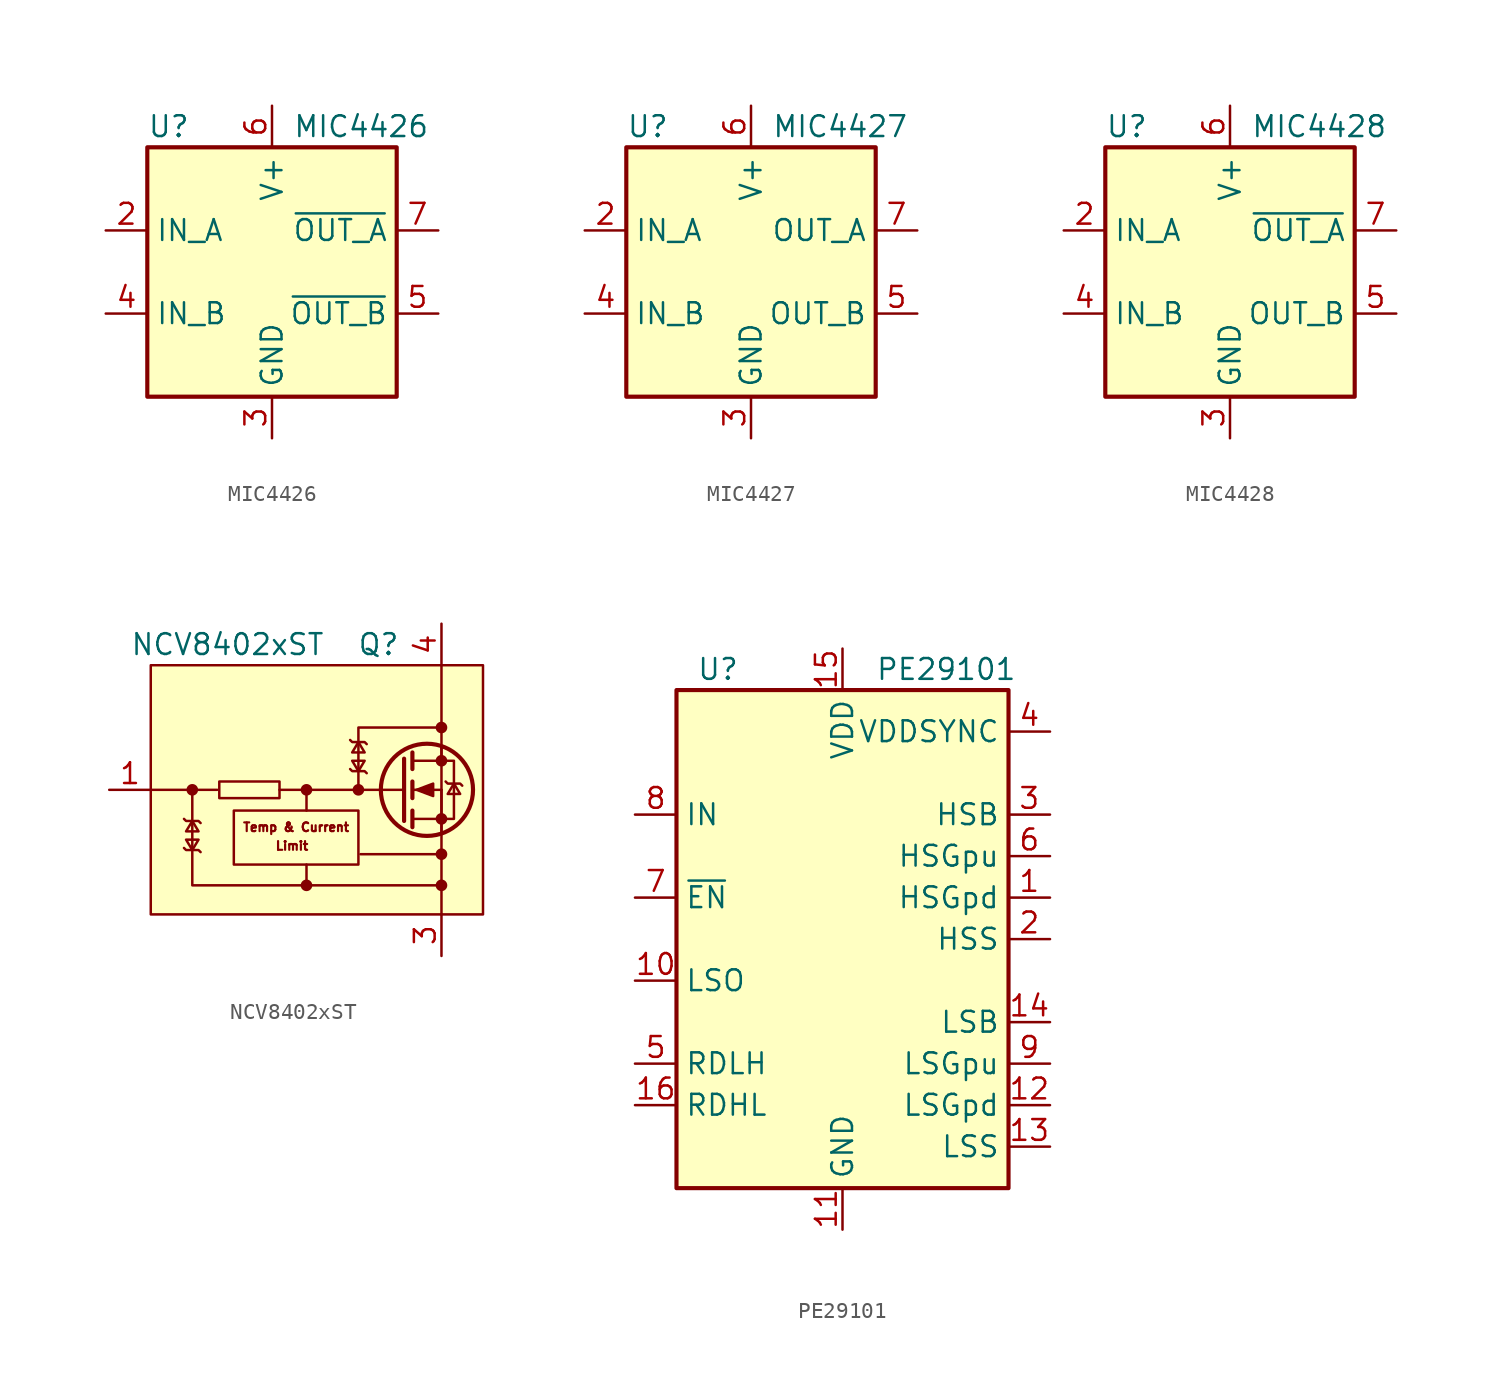
<source format=kicad_sym>
(kicad_symbol_lib
  (version 20211014)
  (generator kicad_symbol_editor)
  (symbol "MIC4426"
    (property "Reference" "U"
      (at -7.62 8.89 0)
      (effects (font (size 1.27 1.27)) (justify left)))
    (property "Value" "MIC4426"
      (at 1.27 8.89 0)
      (effects (font (size 1.27 1.27)) (justify left)))
    (symbol "MIC4426_0_1"
      (rectangle (start -7.62 -7.62) (end 7.62 7.62) (stroke (width 0.254) (type default) (color 0 0 0 0)) (fill (type background))))
    (symbol "MIC4426_1_1"
      (pin no_connect line (at -7.62 0 0) (length 2.54) hide (name "NC" (effects (font (size 1.27 1.27)))) (number "1" (effects (font (size 1.27 1.27)))))
      (pin input line (at -10.16 2.54 0) (length 2.54) (name "IN_A" (effects (font (size 1.27 1.27)))) (number "2" (effects (font (size 1.27 1.27)))))
      (pin power_in line (at 0 -10.16 90) (length 2.54) (name "GND" (effects (font (size 1.27 1.27)))) (number "3" (effects (font (size 1.27 1.27)))))
      (pin input line (at -10.16 -2.54 0) (length 2.54) (name "IN_B" (effects (font (size 1.27 1.27)))) (number "4" (effects (font (size 1.27 1.27)))))
      (pin output line (at 10.16 -2.54 180) (length 2.54) (name "~{OUT_B}" (effects (font (size 1.27 1.27)))) (number "5" (effects (font (size 1.27 1.27)))))
      (pin power_in line (at 0 10.16 270) (length 2.54) (name "V+" (effects (font (size 1.27 1.27)))) (number "6" (effects (font (size 1.27 1.27)))))
      (pin output line (at 10.16 2.54 180) (length 2.54) (name "~{OUT_A}" (effects (font (size 1.27 1.27)))) (number "7" (effects (font (size 1.27 1.27)))))
      (pin no_connect line (at 7.62 0 180) (length 2.54) hide (name "NC" (effects (font (size 1.27 1.27)))) (number "8" (effects (font (size 1.27 1.27)))))))
  (symbol "MIC4427"
    (property "Reference" "U"
      (at -7.62 8.89 0)
      (effects (font (size 1.27 1.27)) (justify left)))
    (property "Value" "MIC4427"
      (at 1.27 8.89 0)
      (effects (font (size 1.27 1.27)) (justify left)))
    (symbol "MIC4427_0_1"
      (rectangle (start -7.62 -7.62) (end 7.62 7.62) (stroke (width 0.254) (type default) (color 0 0 0 0)) (fill (type background))))
    (symbol "MIC4427_1_1"
      (pin no_connect line (at -7.62 0 0) (length 2.54) hide (name "NC" (effects (font (size 1.27 1.27)))) (number "1" (effects (font (size 1.27 1.27)))))
      (pin input line (at -10.16 2.54 0) (length 2.54) (name "IN_A" (effects (font (size 1.27 1.27)))) (number "2" (effects (font (size 1.27 1.27)))))
      (pin power_in line (at 0 -10.16 90) (length 2.54) (name "GND" (effects (font (size 1.27 1.27)))) (number "3" (effects (font (size 1.27 1.27)))))
      (pin input line (at -10.16 -2.54 0) (length 2.54) (name "IN_B" (effects (font (size 1.27 1.27)))) (number "4" (effects (font (size 1.27 1.27)))))
      (pin output line (at 10.16 -2.54 180) (length 2.54) (name "OUT_B" (effects (font (size 1.27 1.27)))) (number "5" (effects (font (size 1.27 1.27)))))
      (pin power_in line (at 0 10.16 270) (length 2.54) (name "V+" (effects (font (size 1.27 1.27)))) (number "6" (effects (font (size 1.27 1.27)))))
      (pin output line (at 10.16 2.54 180) (length 2.54) (name "OUT_A" (effects (font (size 1.27 1.27)))) (number "7" (effects (font (size 1.27 1.27)))))
      (pin no_connect line (at 7.62 0 180) (length 2.54) hide (name "NC" (effects (font (size 1.27 1.27)))) (number "8" (effects (font (size 1.27 1.27)))))))
  (symbol "MIC4428"
    (property "Reference" "U"
      (at -7.62 8.89 0)
      (effects (font (size 1.27 1.27)) (justify left)))
    (property "Value" "MIC4428"
      (at 1.27 8.89 0)
      (effects (font (size 1.27 1.27)) (justify left)))
    (symbol "MIC4428_0_1"
      (rectangle (start -7.62 -7.62) (end 7.62 7.62) (stroke (width 0.254) (type default) (color 0 0 0 0)) (fill (type background))))
    (symbol "MIC4428_1_1"
      (pin no_connect line (at -7.62 0 0) (length 2.54) hide (name "NC" (effects (font (size 1.27 1.27)))) (number "1" (effects (font (size 1.27 1.27)))))
      (pin input line (at -10.16 2.54 0) (length 2.54) (name "IN_A" (effects (font (size 1.27 1.27)))) (number "2" (effects (font (size 1.27 1.27)))))
      (pin power_in line (at 0 -10.16 90) (length 2.54) (name "GND" (effects (font (size 1.27 1.27)))) (number "3" (effects (font (size 1.27 1.27)))))
      (pin input line (at -10.16 -2.54 0) (length 2.54) (name "IN_B" (effects (font (size 1.27 1.27)))) (number "4" (effects (font (size 1.27 1.27)))))
      (pin output line (at 10.16 -2.54 180) (length 2.54) (name "OUT_B" (effects (font (size 1.27 1.27)))) (number "5" (effects (font (size 1.27 1.27)))))
      (pin power_in line (at 0 10.16 270) (length 2.54) (name "V+" (effects (font (size 1.27 1.27)))) (number "6" (effects (font (size 1.27 1.27)))))
      (pin output line (at 10.16 2.54 180) (length 2.54) (name "~{OUT_A}" (effects (font (size 1.27 1.27)))) (number "7" (effects (font (size 1.27 1.27)))))
      (pin no_connect line (at 7.62 0 180) (length 2.54) hide (name "NC" (effects (font (size 1.27 1.27)))) (number "8" (effects (font (size 1.27 1.27)))))))
  (symbol "NCV8402xST"
    (pin_names
      (offset 0) hide)
    (property "Reference" "Q"
      (at 5.08 8.89 0)
      (effects (font (size 1.27 1.27)) (justify right)))
    (property "Value" "NCV8402xST"
      (at -11.43 8.89 0)
      (effects (font (size 1.27 1.27)) (justify left)))
    (symbol "NCV8402xST_0_0"
      (rectangle (start -10.16 7.62) (end 10.16 -7.62) (stroke (width 0) (type default) (color 0 0 0 0)) (fill (type background)))
      (rectangle (start -5.969 0.508) (end -2.286 -0.508) (stroke (width 0) (type default) (color 0 0 0 0)) (fill (type none)))
      (polyline (pts (xy 7.62 2.54) (xy 7.62 -7.62)) (stroke (width 0) (type default) (color 0 0 0 0)) (fill (type none)))
      (polyline (pts (xy 7.62 2.54) (xy 7.62 7.62)) (stroke (width 0) (type default) (color 0 0 0 0)) (fill (type none)))
      (polyline (pts (xy -0.635 -1.27) (xy -0.635 -0.635) (xy -0.635 0)) (stroke (width 0) (type default) (color 0 0 0 0)) (fill (type none)))
      (polyline (pts (xy 2.54 0) (xy -2.286 0) (xy -0.889 0)) (stroke (width 0) (type default) (color 0 0 0 0)) (fill (type none)))
      (polyline (pts (xy 2.54 0) (xy 2.54 3.81) (xy 7.62 3.81)) (stroke (width 0) (type default) (color 0 0 0 0)) (fill (type none)))
      (polyline (pts (xy 7.62 -5.842) (xy -0.635 -5.842) (xy -0.635 -4.572)) (stroke (width 0) (type default) (color 0 0 0 0)) (fill (type none)))
      (polyline (pts (xy -0.635 -5.842) (xy -7.62 -5.842) (xy -7.62 0) (xy -6.096 0)) (stroke (width 0) (type default) (color 0 0 0 0)) (fill (type none)))
      (text "Limit" (at -1.524 -3.429 0) (effects (font (size 0.533 0.533))))
      (text "Temp & Current" (at -1.27 -2.286 0) (effects (font (size 0.533 0.533)))))
    (symbol "NCV8402xST_0_1"
      (rectangle (start -5.08 -1.27) (end 2.54 -4.572) (stroke (width 0) (type default) (color 0 0 0 0)) (fill (type none)))
      (polyline (pts (xy -7.62 0) (xy -10.16 0)) (stroke (width 0) (type default) (color 0 0 0 0)) (fill (type none)))
      (polyline (pts (xy 7.62 -3.937) (xy 2.667 -3.937)) (stroke (width 0) (type default) (color 0 0 0 0)) (fill (type none))))
    (symbol "NCV8402xST_1_1"
      (circle (center -7.62 0) (radius 0.279) (stroke (width 0) (type default) (color 0 0 0 0)) (fill (type outline)))
      (circle (center -0.635 -5.842) (radius 0.279) (stroke (width 0) (type default) (color 0 0 0 0)) (fill (type outline)))
      (circle (center -0.635 0) (radius 0.279) (stroke (width 0) (type default) (color 0 0 0 0)) (fill (type outline)))
      (polyline (pts (xy 2.54 0) (xy 5.334 0)) (stroke (width 0) (type default) (color 0 0 0 0)) (fill (type none)))
      (polyline (pts (xy 5.842 -1.778) (xy 7.62 -1.778)) (stroke (width 0) (type default) (color 0 0 0 0)) (fill (type none)))
      (polyline (pts (xy 5.842 -1.27) (xy 5.842 -2.286)) (stroke (width 0.254) (type default) (color 0 0 0 0)) (fill (type none)))
      (polyline (pts (xy 5.842 0) (xy 7.62 0)) (stroke (width 0) (type default) (color 0 0 0 0)) (fill (type none)))
      (polyline (pts (xy 5.842 0.508) (xy 5.842 -0.508)) (stroke (width 0.254) (type default) (color 0 0 0 0)) (fill (type none)))
      (polyline (pts (xy 5.842 1.778) (xy 7.62 1.778)) (stroke (width 0) (type default) (color 0 0 0 0)) (fill (type none)))
      (polyline (pts (xy 5.842 2.286) (xy 5.842 1.27)) (stroke (width 0.254) (type default) (color 0 0 0 0)) (fill (type none)))
      (polyline (pts (xy 7.62 -1.778) (xy 7.62 -2.54)) (stroke (width 0) (type default) (color 0 0 0 0)) (fill (type none)))
      (polyline (pts (xy 7.62 -1.778) (xy 7.62 0)) (stroke (width 0) (type default) (color 0 0 0 0)) (fill (type none)))
      (polyline (pts (xy 7.62 2.54) (xy 7.62 1.778)) (stroke (width 0) (type default) (color 0 0 0 0)) (fill (type none)))
      (polyline (pts (xy 5.334 1.905) (xy 5.334 -1.905) (xy 5.334 -1.905)) (stroke (width 0.254) (type default) (color 0 0 0 0)) (fill (type none)))
      (polyline (pts (xy -8.128 -1.778) (xy -8.001 -1.905) (xy -7.239 -1.905) (xy -7.112 -2.032)) (stroke (width 0) (type default) (color 0 0 0 0)) (fill (type none)))
      (polyline (pts (xy -7.62 -3.683) (xy -7.239 -3.048) (xy -8.001 -3.048) (xy -7.62 -3.683)) (stroke (width 0) (type default) (color 0 0 0 0)) (fill (type none)))
      (polyline (pts (xy -7.62 -1.905) (xy -8.001 -2.54) (xy -7.239 -2.54) (xy -7.62 -1.905)) (stroke (width 0) (type default) (color 0 0 0 0)) (fill (type none)))
      (polyline (pts (xy -7.112 -3.81) (xy -7.239 -3.683) (xy -8.001 -3.683) (xy -8.128 -3.556)) (stroke (width 0) (type default) (color 0 0 0 0)) (fill (type none)))
      (polyline (pts (xy 2.032 3.048) (xy 2.159 2.921) (xy 2.921 2.921) (xy 3.048 2.794)) (stroke (width 0) (type default) (color 0 0 0 0)) (fill (type none)))
      (polyline (pts (xy 2.54 1.143) (xy 2.921 1.778) (xy 2.159 1.778) (xy 2.54 1.143)) (stroke (width 0) (type default) (color 0 0 0 0)) (fill (type none)))
      (polyline (pts (xy 2.54 2.921) (xy 2.159 2.286) (xy 2.921 2.286) (xy 2.54 2.921)) (stroke (width 0) (type default) (color 0 0 0 0)) (fill (type none)))
      (polyline (pts (xy 3.048 1.016) (xy 2.921 1.143) (xy 2.159 1.143) (xy 2.032 1.27)) (stroke (width 0) (type default) (color 0 0 0 0)) (fill (type none)))
      (polyline (pts (xy 6.096 0) (xy 7.112 0.381) (xy 7.112 -0.381) (xy 6.096 0)) (stroke (width 0) (type default) (color 0 0 0 0)) (fill (type outline)))
      (polyline (pts (xy 7.62 -1.778) (xy 8.382 -1.778) (xy 8.382 1.778) (xy 7.62 1.778)) (stroke (width 0) (type default) (color 0 0 0 0)) (fill (type none)))
      (polyline (pts (xy 7.874 0.508) (xy 8.001 0.381) (xy 8.763 0.381) (xy 8.89 0.254)) (stroke (width 0) (type default) (color 0 0 0 0)) (fill (type none)))
      (polyline (pts (xy 8.382 0.381) (xy 8.001 -0.254) (xy 8.763 -0.254) (xy 8.382 0.381)) (stroke (width 0) (type default) (color 0 0 0 0)) (fill (type none)))
      (circle (center 2.54 0) (radius 0.279) (stroke (width 0) (type default) (color 0 0 0 0)) (fill (type outline)))
      (circle (center 6.731 0) (radius 2.819) (stroke (width 0.254) (type default) (color 0 0 0 0)) (fill (type none)))
      (circle (center 7.62 -5.842) (radius 0.279) (stroke (width 0) (type default) (color 0 0 0 0)) (fill (type outline)))
      (circle (center 7.62 -3.937) (radius 0.279) (stroke (width 0) (type default) (color 0 0 0 0)) (fill (type outline)))
      (circle (center 7.62 -1.778) (radius 0.279) (stroke (width 0) (type default) (color 0 0 0 0)) (fill (type outline)))
      (circle (center 7.62 1.778) (radius 0.279) (stroke (width 0) (type default) (color 0 0 0 0)) (fill (type outline)))
      (circle (center 7.62 3.81) (radius 0.279) (stroke (width 0) (type default) (color 0 0 0 0)) (fill (type outline)))
      (pin input line (at -12.7 0 0) (length 2.54) (name "G" (effects (font (size 1.27 1.27)))) (number "1" (effects (font (size 1.27 1.27)))))
      (pin passive line (at 7.62 10.16 270) (length 2.54) hide (name "D" (effects (font (size 1.27 1.27)))) (number "2" (effects (font (size 1.27 1.27)))))
      (pin passive line (at 7.62 -10.16 90) (length 2.54) (name "S" (effects (font (size 1.27 1.27)))) (number "3" (effects (font (size 1.27 1.27)))))
      (pin passive line (at 7.62 10.16 270) (length 2.54) (name "D" (effects (font (size 1.27 1.27)))) (number "4" (effects (font (size 1.27 1.27)))))))
  (symbol "PE29101"
    (property "Reference" "U"
      (at -7.62 16.51 0)
      (effects (font (size 1.27 1.27))))
    (property "Value" "PE29101"
      (at 6.35 16.51 0)
      (effects (font (size 1.27 1.27))))
    (symbol "PE29101_0_1"
      (rectangle (start 10.16 15.24) (end -10.16 -15.24) (stroke (width 0.254) (type default) (color 0 0 0 0)) (fill (type background))))
    (symbol "PE29101_1_1"
      (pin output line (at 12.7 2.54 180) (length 2.54) (name "HSGpd" (effects (font (size 1.27 1.27)))) (number "1" (effects (font (size 1.27 1.27)))))
      (pin output line (at -12.7 -2.54 0) (length 2.54) (name "LSO" (effects (font (size 1.27 1.27)))) (number "10" (effects (font (size 1.27 1.27)))))
      (pin power_in line (at 0 -17.78 90) (length 2.54) (name "GND" (effects (font (size 1.27 1.27)))) (number "11" (effects (font (size 1.27 1.27)))))
      (pin output line (at 12.7 -10.16 180) (length 2.54) (name "LSGpd" (effects (font (size 1.27 1.27)))) (number "12" (effects (font (size 1.27 1.27)))))
      (pin passive line (at 12.7 -12.7 180) (length 2.54) (name "LSS" (effects (font (size 1.27 1.27)))) (number "13" (effects (font (size 1.27 1.27)))))
      (pin input line (at 12.7 -5.08 180) (length 2.54) (name "LSB" (effects (font (size 1.27 1.27)))) (number "14" (effects (font (size 1.27 1.27)))))
      (pin power_in line (at 0 17.78 270) (length 2.54) (name "VDD" (effects (font (size 1.27 1.27)))) (number "15" (effects (font (size 1.27 1.27)))))
      (pin passive line (at -12.7 -10.16 0) (length 2.54) (name "RDHL" (effects (font (size 1.27 1.27)))) (number "16" (effects (font (size 1.27 1.27)))))
      (pin passive line (at 12.7 0 180) (length 2.54) (name "HSS" (effects (font (size 1.27 1.27)))) (number "2" (effects (font (size 1.27 1.27)))))
      (pin input line (at 12.7 7.62 180) (length 2.54) (name "HSB" (effects (font (size 1.27 1.27)))) (number "3" (effects (font (size 1.27 1.27)))))
      (pin passive line (at 12.7 12.7 180) (length 2.54) (name "VDDSYNC" (effects (font (size 1.27 1.27)))) (number "4" (effects (font (size 1.27 1.27)))))
      (pin passive line (at -12.7 -7.62 0) (length 2.54) (name "RDLH" (effects (font (size 1.27 1.27)))) (number "5" (effects (font (size 1.27 1.27)))))
      (pin output line (at 12.7 5.08 180) (length 2.54) (name "HSGpu" (effects (font (size 1.27 1.27)))) (number "6" (effects (font (size 1.27 1.27)))))
      (pin input line (at -12.7 2.54 0) (length 2.54) (name "~{EN}" (effects (font (size 1.27 1.27)))) (number "7" (effects (font (size 1.27 1.27)))))
      (pin input line (at -12.7 7.62 0) (length 2.54) (name "IN" (effects (font (size 1.27 1.27)))) (number "8" (effects (font (size 1.27 1.27)))))
      (pin output line (at 12.7 -7.62 180) (length 2.54) (name "LSGpu" (effects (font (size 1.27 1.27)))) (number "9" (effects (font (size 1.27 1.27))))))))
</source>
